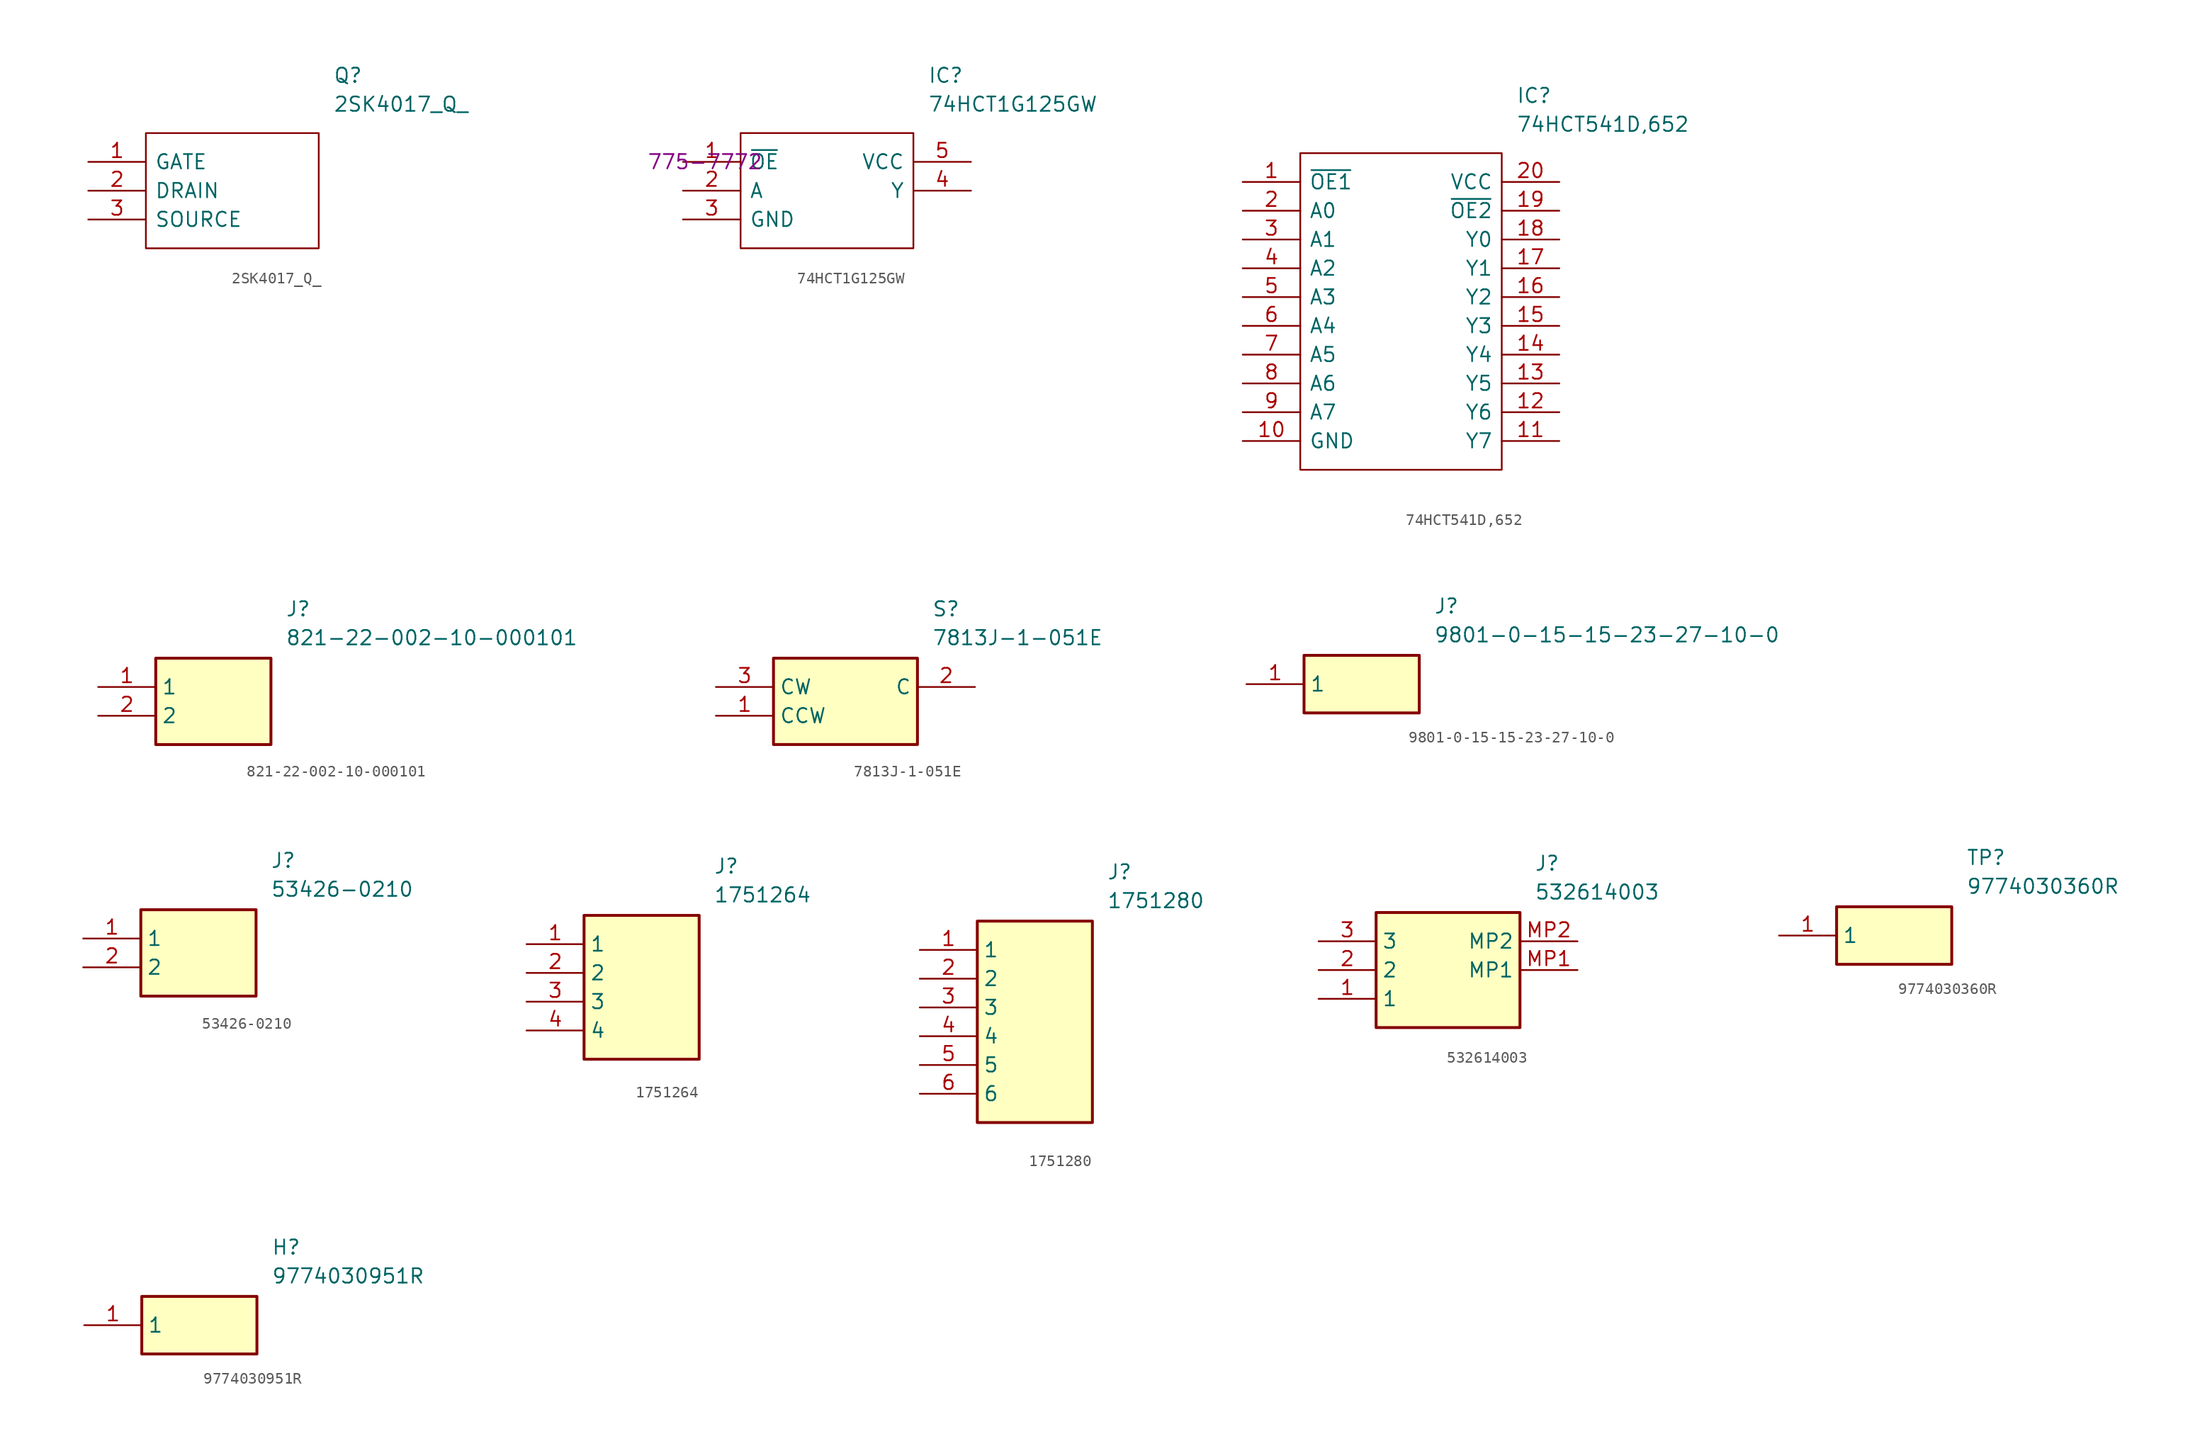
<source format=kicad_sym>
(kicad_symbol_lib
  (version 20231120)
  (generator "kicad_symbol_editor")
  (generator_version "8.0")
  (symbol "2SK4017_Q_"
    (pin_names
      (offset 0.762))
    (property "Reference" "Q"
      (at 21.59 7.62 0)
      (effects (font (size 1.27 1.27)) (justify left)))
    (property "Value" "2SK4017_Q_"
      (at 21.59 5.08 0)
      (effects (font (size 1.27 1.27)) (justify left)))
    (symbol "2SK4017_Q__0_0"
      (pin passive line (at 0 0 0) (length 5.08) (name "GATE" (effects (font (size 1.27 1.27)))) (number "1" (effects (font (size 1.27 1.27)))))
      (pin passive line (at 0 -2.54 0) (length 5.08) (name "DRAIN" (effects (font (size 1.27 1.27)))) (number "2" (effects (font (size 1.27 1.27)))))
      (pin passive line (at 0 -5.08 0) (length 5.08) (name "SOURCE" (effects (font (size 1.27 1.27)))) (number "3" (effects (font (size 1.27 1.27))))))
    (symbol "2SK4017_Q__0_1"
      (polyline (pts (xy 5.08 2.54) (xy 20.32 2.54) (xy 20.32 -7.62) (xy 5.08 -7.62) (xy 5.08 2.54)) (stroke (width 0.152) (type default)) (fill (type none)))))
  (symbol "74HCT1G125GW"
    (pin_names
      (offset 0.762))
    (property "Reference" "IC"
      (at 21.59 7.62 0)
      (effects (font (size 1.27 1.27)) (justify left)))
    (property "Value" "74HCT1G125GW"
      (at 21.59 5.08 0)
      (effects (font (size 1.27 1.27)) (justify left)))
    (property "RS" "    775-7772"
      (at 0 0 0)
      (effects (font (size 1.27 1.27))))
    (symbol "74HCT1G125GW_0_0"
      (pin passive line (at 0 0 0) (length 5.08) (name "~{OE}" (effects (font (size 1.27 1.27)))) (number "1" (effects (font (size 1.27 1.27)))))
      (pin passive line (at 0 -2.54 0) (length 5.08) (name "A" (effects (font (size 1.27 1.27)))) (number "2" (effects (font (size 1.27 1.27)))))
      (pin passive line (at 0 -5.08 0) (length 5.08) (name "GND" (effects (font (size 1.27 1.27)))) (number "3" (effects (font (size 1.27 1.27)))))
      (pin passive line (at 25.4 -2.54 180) (length 5.08) (name "Y" (effects (font (size 1.27 1.27)))) (number "4" (effects (font (size 1.27 1.27)))))
      (pin passive line (at 25.4 0 180) (length 5.08) (name "VCC" (effects (font (size 1.27 1.27)))) (number "5" (effects (font (size 1.27 1.27))))))
    (symbol "74HCT1G125GW_0_1"
      (polyline (pts (xy 5.08 2.54) (xy 20.32 2.54) (xy 20.32 -7.62) (xy 5.08 -7.62) (xy 5.08 2.54)) (stroke (width 0.152) (type default)) (fill (type none)))))
  (symbol "74HCT541D,652"
    (pin_names
      (offset 0.762))
    (property "Reference" "IC"
      (at 24.13 7.62 0)
      (effects (font (size 1.27 1.27)) (justify left)))
    (property "Value" "74HCT541D,652"
      (at 24.13 5.08 0)
      (effects (font (size 1.27 1.27)) (justify left)))
    (symbol "74HCT541D,652_0_0"
      (pin passive line (at 0 0 0) (length 5.08) (name "~{OE1}" (effects (font (size 1.27 1.27)))) (number "1" (effects (font (size 1.27 1.27)))))
      (pin passive line (at 0 -22.86 0) (length 5.08) (name "GND" (effects (font (size 1.27 1.27)))) (number "10" (effects (font (size 1.27 1.27)))))
      (pin passive line (at 27.94 -22.86 180) (length 5.08) (name "Y7" (effects (font (size 1.27 1.27)))) (number "11" (effects (font (size 1.27 1.27)))))
      (pin passive line (at 27.94 -20.32 180) (length 5.08) (name "Y6" (effects (font (size 1.27 1.27)))) (number "12" (effects (font (size 1.27 1.27)))))
      (pin passive line (at 27.94 -17.78 180) (length 5.08) (name "Y5" (effects (font (size 1.27 1.27)))) (number "13" (effects (font (size 1.27 1.27)))))
      (pin passive line (at 27.94 -15.24 180) (length 5.08) (name "Y4" (effects (font (size 1.27 1.27)))) (number "14" (effects (font (size 1.27 1.27)))))
      (pin passive line (at 27.94 -12.7 180) (length 5.08) (name "Y3" (effects (font (size 1.27 1.27)))) (number "15" (effects (font (size 1.27 1.27)))))
      (pin passive line (at 27.94 -10.16 180) (length 5.08) (name "Y2" (effects (font (size 1.27 1.27)))) (number "16" (effects (font (size 1.27 1.27)))))
      (pin passive line (at 27.94 -7.62 180) (length 5.08) (name "Y1" (effects (font (size 1.27 1.27)))) (number "17" (effects (font (size 1.27 1.27)))))
      (pin passive line (at 27.94 -5.08 180) (length 5.08) (name "Y0" (effects (font (size 1.27 1.27)))) (number "18" (effects (font (size 1.27 1.27)))))
      (pin passive line (at 27.94 -2.54 180) (length 5.08) (name "~{OE2}" (effects (font (size 1.27 1.27)))) (number "19" (effects (font (size 1.27 1.27)))))
      (pin passive line (at 0 -2.54 0) (length 5.08) (name "A0" (effects (font (size 1.27 1.27)))) (number "2" (effects (font (size 1.27 1.27)))))
      (pin passive line (at 27.94 0 180) (length 5.08) (name "VCC" (effects (font (size 1.27 1.27)))) (number "20" (effects (font (size 1.27 1.27)))))
      (pin passive line (at 0 -5.08 0) (length 5.08) (name "A1" (effects (font (size 1.27 1.27)))) (number "3" (effects (font (size 1.27 1.27)))))
      (pin passive line (at 0 -7.62 0) (length 5.08) (name "A2" (effects (font (size 1.27 1.27)))) (number "4" (effects (font (size 1.27 1.27)))))
      (pin passive line (at 0 -10.16 0) (length 5.08) (name "A3" (effects (font (size 1.27 1.27)))) (number "5" (effects (font (size 1.27 1.27)))))
      (pin passive line (at 0 -12.7 0) (length 5.08) (name "A4" (effects (font (size 1.27 1.27)))) (number "6" (effects (font (size 1.27 1.27)))))
      (pin passive line (at 0 -15.24 0) (length 5.08) (name "A5" (effects (font (size 1.27 1.27)))) (number "7" (effects (font (size 1.27 1.27)))))
      (pin passive line (at 0 -17.78 0) (length 5.08) (name "A6" (effects (font (size 1.27 1.27)))) (number "8" (effects (font (size 1.27 1.27)))))
      (pin passive line (at 0 -20.32 0) (length 5.08) (name "A7" (effects (font (size 1.27 1.27)))) (number "9" (effects (font (size 1.27 1.27))))))
    (symbol "74HCT541D,652_0_1"
      (polyline (pts (xy 5.08 2.54) (xy 22.86 2.54) (xy 22.86 -25.4) (xy 5.08 -25.4) (xy 5.08 2.54)) (stroke (width 0.152) (type default)) (fill (type none)))))
  (symbol "821-22-002-10-000101"
    (property "Reference" "J"
      (at 16.51 7.62 0)
      (effects (font (size 1.27 1.27)) (justify left top)))
    (property "Value" "821-22-002-10-000101"
      (at 16.51 5.08 0)
      (effects (font (size 1.27 1.27)) (justify left top)))
    (symbol "821-22-002-10-000101_1_1"
      (rectangle (start 5.08 2.54) (end 15.24 -5.08) (stroke (width 0.254) (type default)) (fill (type background)))
      (pin passive line (at 0 0 0) (length 5.08) (name "1" (effects (font (size 1.27 1.27)))) (number "1" (effects (font (size 1.27 1.27)))))
      (pin passive line (at 0 -2.54 0) (length 5.08) (name "2" (effects (font (size 1.27 1.27)))) (number "2" (effects (font (size 1.27 1.27)))))))
  (symbol "7813J-1-051E"
    (property "Reference" "S"
      (at 19.05 7.62 0)
      (effects (font (size 1.27 1.27)) (justify left top)))
    (property "Value" "7813J-1-051E"
      (at 19.05 5.08 0)
      (effects (font (size 1.27 1.27)) (justify left top)))
    (rectangle
      (start 5.08 2.54)
      (end 17.78 -5.08)
      (stroke (width 0.254) (type default))
      (fill (type background)))
    (pin passive line
      (at 0 -2.54 0)
      (length 5.08)
      (name "CCW" (effects (font (size 1.27 1.27))))
      (number "1" (effects (font (size 1.27 1.27)))))
    (pin passive line
      (at 22.86 0 180)
      (length 5.08)
      (name "C" (effects (font (size 1.27 1.27))))
      (number "2" (effects (font (size 1.27 1.27)))))
    (pin passive line
      (at 0 0 0)
      (length 5.08)
      (name "CW" (effects (font (size 1.27 1.27))))
      (number "3" (effects (font (size 1.27 1.27))))))
  (symbol "9801-0-15-15-23-27-10-0"
    (property "Reference" "J"
      (at 16.51 7.62 0)
      (effects (font (size 1.27 1.27)) (justify left top)))
    (property "Value" "9801-0-15-15-23-27-10-0"
      (at 16.51 5.08 0)
      (effects (font (size 1.27 1.27)) (justify left top)))
    (symbol "9801-0-15-15-23-27-10-0_1_1"
      (rectangle (start 5.08 2.54) (end 15.24 -2.54) (stroke (width 0.254) (type default)) (fill (type background)))
      (pin passive line (at 0 0 0) (length 5.08) (name "1" (effects (font (size 1.27 1.27)))) (number "1" (effects (font (size 1.27 1.27)))))))
  (symbol "53426-0210"
    (property "Reference" "J"
      (at 16.51 7.62 0)
      (effects (font (size 1.27 1.27)) (justify left top)))
    (property "Value" "53426-0210"
      (at 16.51 5.08 0)
      (effects (font (size 1.27 1.27)) (justify left top)))
    (rectangle
      (start 5.08 2.54)
      (end 15.24 -5.08)
      (stroke (width 0.254) (type default))
      (fill (type background)))
    (pin passive line
      (at 0 0 0)
      (length 5.08)
      (name "1" (effects (font (size 1.27 1.27))))
      (number "1" (effects (font (size 1.27 1.27)))))
    (pin passive line
      (at 0 -2.54 0)
      (length 5.08)
      (name "2" (effects (font (size 1.27 1.27))))
      (number "2" (effects (font (size 1.27 1.27))))))
  (symbol "1751264"
    (property "Reference" "J"
      (at 16.51 7.62 0)
      (effects (font (size 1.27 1.27)) (justify left top)))
    (property "Value" "1751264"
      (at 16.51 5.08 0)
      (effects (font (size 1.27 1.27)) (justify left top)))
    (symbol "1751264_1_1"
      (rectangle (start 5.08 2.54) (end 15.24 -10.16) (stroke (width 0.254) (type default)) (fill (type background)))
      (pin passive line (at 0 0 0) (length 5.08) (name "1" (effects (font (size 1.27 1.27)))) (number "1" (effects (font (size 1.27 1.27)))))
      (pin passive line (at 0 -2.54 0) (length 5.08) (name "2" (effects (font (size 1.27 1.27)))) (number "2" (effects (font (size 1.27 1.27)))))
      (pin passive line (at 0 -5.08 0) (length 5.08) (name "3" (effects (font (size 1.27 1.27)))) (number "3" (effects (font (size 1.27 1.27)))))
      (pin passive line (at 0 -7.62 0) (length 5.08) (name "4" (effects (font (size 1.27 1.27)))) (number "4" (effects (font (size 1.27 1.27)))))))
  (symbol "1751280"
    (property "Reference" "J"
      (at 16.51 7.62 0)
      (effects (font (size 1.27 1.27)) (justify left top)))
    (property "Value" "1751280"
      (at 16.51 5.08 0)
      (effects (font (size 1.27 1.27)) (justify left top)))
    (symbol "1751280_1_1"
      (rectangle (start 5.08 2.54) (end 15.24 -15.24) (stroke (width 0.254) (type default)) (fill (type background)))
      (pin passive line (at 0 0 0) (length 5.08) (name "1" (effects (font (size 1.27 1.27)))) (number "1" (effects (font (size 1.27 1.27)))))
      (pin passive line (at 0 -2.54 0) (length 5.08) (name "2" (effects (font (size 1.27 1.27)))) (number "2" (effects (font (size 1.27 1.27)))))
      (pin passive line (at 0 -5.08 0) (length 5.08) (name "3" (effects (font (size 1.27 1.27)))) (number "3" (effects (font (size 1.27 1.27)))))
      (pin passive line (at 0 -7.62 0) (length 5.08) (name "4" (effects (font (size 1.27 1.27)))) (number "4" (effects (font (size 1.27 1.27)))))
      (pin passive line (at 0 -10.16 0) (length 5.08) (name "5" (effects (font (size 1.27 1.27)))) (number "5" (effects (font (size 1.27 1.27)))))
      (pin passive line (at 0 -12.7 0) (length 5.08) (name "6" (effects (font (size 1.27 1.27)))) (number "6" (effects (font (size 1.27 1.27)))))))
  (symbol "532614003"
    (property "Reference" "J"
      (at 19.05 7.62 0)
      (effects (font (size 1.27 1.27)) (justify left top)))
    (property "Value" "532614003"
      (at 19.05 5.08 0)
      (effects (font (size 1.27 1.27)) (justify left top)))
    (rectangle
      (start 5.08 2.54)
      (end 17.78 -7.62)
      (stroke (width 0.254) (type default))
      (fill (type background)))
    (pin passive line
      (at 0 -5.08 0)
      (length 5.08)
      (name "1" (effects (font (size 1.27 1.27))))
      (number "1" (effects (font (size 1.27 1.27)))))
    (pin passive line
      (at 0 -2.54 0)
      (length 5.08)
      (name "2" (effects (font (size 1.27 1.27))))
      (number "2" (effects (font (size 1.27 1.27)))))
    (pin passive line
      (at 0 0 0)
      (length 5.08)
      (name "3" (effects (font (size 1.27 1.27))))
      (number "3" (effects (font (size 1.27 1.27)))))
    (pin passive line
      (at 22.86 -2.54 180)
      (length 5.08)
      (name "MP1" (effects (font (size 1.27 1.27))))
      (number "MP1" (effects (font (size 1.27 1.27)))))
    (pin passive line
      (at 22.86 0 180)
      (length 5.08)
      (name "MP2" (effects (font (size 1.27 1.27))))
      (number "MP2" (effects (font (size 1.27 1.27))))))
  (symbol "9774030360R"
    (property "Reference" "TP"
      (at 16.51 7.62 0)
      (effects (font (size 1.27 1.27)) (justify left top)))
    (property "Value" "9774030360R"
      (at 16.51 5.08 0)
      (effects (font (size 1.27 1.27)) (justify left top)))
    (rectangle
      (start 5.08 2.54)
      (end 15.24 -2.54)
      (stroke (width 0.254) (type default))
      (fill (type background)))
    (pin passive line
      (at 0 0 0)
      (length 5.08)
      (name "1" (effects (font (size 1.27 1.27))))
      (number "1" (effects (font (size 1.27 1.27))))))
  (symbol "9774030951R"
    (property "Reference" "H"
      (at 16.51 7.62 0)
      (effects (font (size 1.27 1.27)) (justify left top)))
    (property "Value" "9774030951R"
      (at 16.51 5.08 0)
      (effects (font (size 1.27 1.27)) (justify left top)))
    (symbol "9774030951R_1_1"
      (rectangle (start 5.08 2.54) (end 15.24 -2.54) (stroke (width 0.254) (type default)) (fill (type background)))
      (pin passive line (at 0 0 0) (length 5.08) (name "1" (effects (font (size 1.27 1.27)))) (number "1" (effects (font (size 1.27 1.27))))))))
</source>
